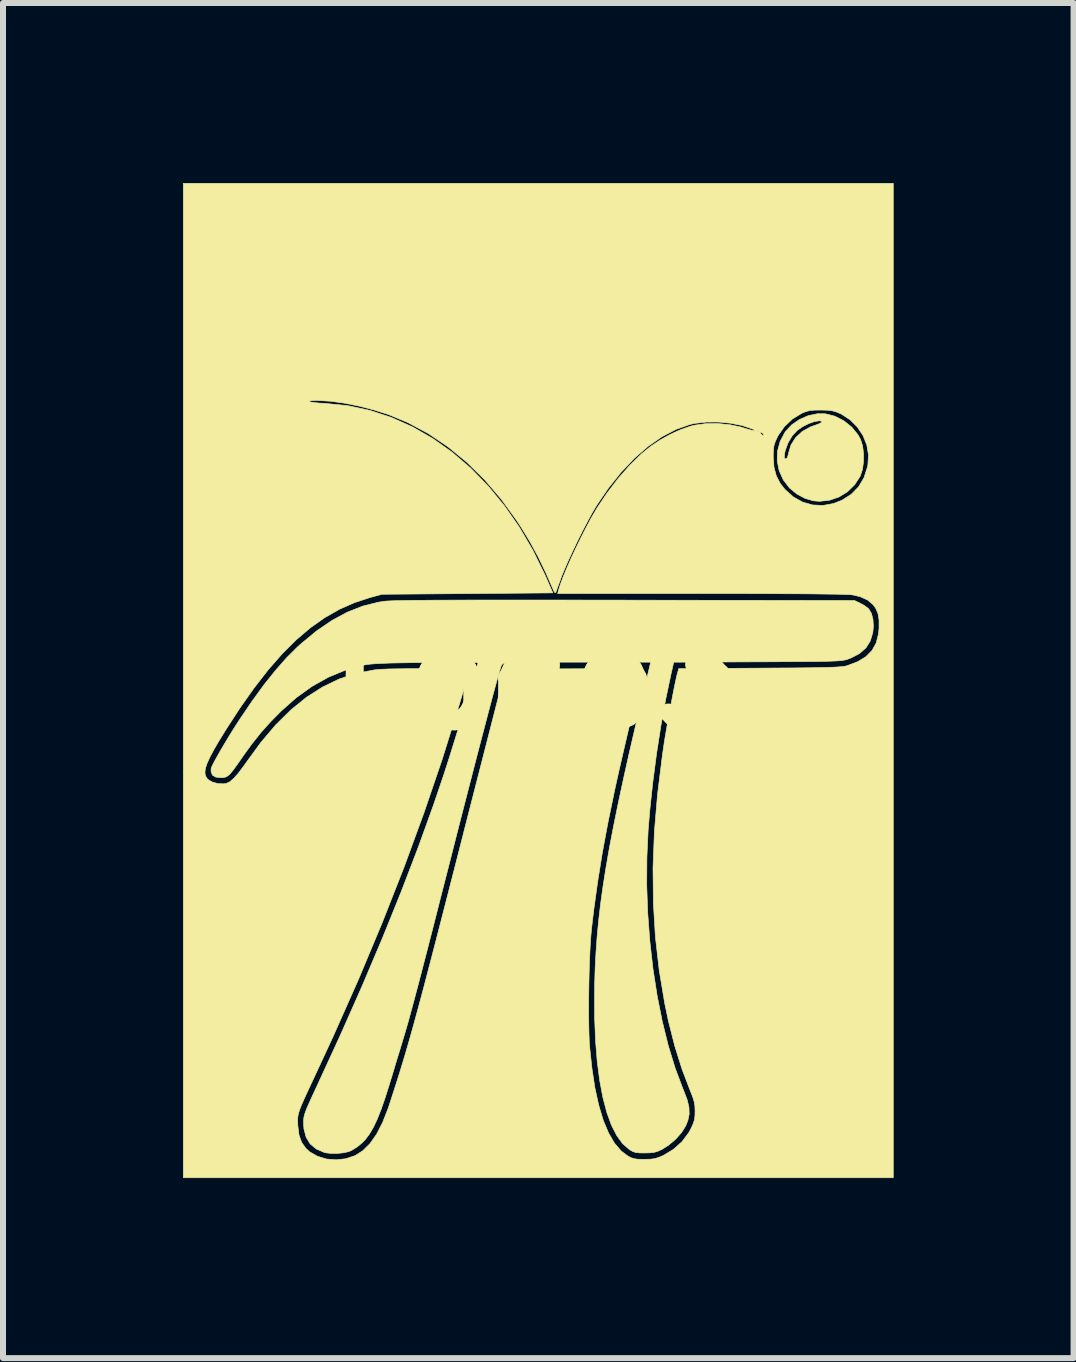
<source format=kicad_pcb>
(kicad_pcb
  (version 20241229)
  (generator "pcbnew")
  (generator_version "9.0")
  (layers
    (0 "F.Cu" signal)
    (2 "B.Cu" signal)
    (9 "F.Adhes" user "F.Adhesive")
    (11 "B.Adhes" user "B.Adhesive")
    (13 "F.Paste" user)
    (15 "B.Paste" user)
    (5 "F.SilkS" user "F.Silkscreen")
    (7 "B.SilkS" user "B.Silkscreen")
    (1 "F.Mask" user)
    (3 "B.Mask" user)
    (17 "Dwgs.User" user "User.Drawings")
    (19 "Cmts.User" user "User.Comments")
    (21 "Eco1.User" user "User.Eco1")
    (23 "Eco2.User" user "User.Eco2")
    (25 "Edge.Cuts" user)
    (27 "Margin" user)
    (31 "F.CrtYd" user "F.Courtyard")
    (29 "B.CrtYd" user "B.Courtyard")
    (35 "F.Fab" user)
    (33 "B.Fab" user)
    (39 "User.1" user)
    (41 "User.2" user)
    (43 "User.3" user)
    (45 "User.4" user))
  (footprint "Logo3"
    (layer "F.Cu")
    (at 5.91 8.281)
    (property "Reference" "Logo3" (at 0 0 0) (layer "F.SilkS") (effects (font (size 1.524 1.524) (thickness 0.3))))
    (attr through_hole)
    (fp_poly (pts (xy 4.795 -4.435) (xy 4.953 -4.395) (xy 5.102 -4.319) (xy 5.234 -4.214) (xy 5.339 -4.085) (xy 5.383 -4.004) (xy 5.416 -3.899) (xy 5.432 -3.77) (xy 5.431 -3.633) (xy 5.413 -3.505) (xy 5.378 -3.4) (xy 5.377 -3.397) (xy 5.284 -3.253) (xy 5.163 -3.135) (xy 5.021 -3.048) (xy 4.863 -2.994) (xy 4.696 -2.976) (xy 4.592 -2.985) (xy 4.455 -3.026) (xy 4.32 -3.098) (xy 4.202 -3.195) (xy 4.197 -3.2) (xy 4.093 -3.336) (xy 4.025 -3.489) (xy 3.993 -3.651) (xy 3.995 -3.715) (xy 4.111 -3.715) (xy 4.117 -3.689) (xy 4.135 -3.683) (xy 4.161 -3.702) (xy 4.179 -3.761) (xy 4.181 -3.776) (xy 4.223 -3.916) (xy 4.301 -4.039) (xy 4.411 -4.141) (xy 4.551 -4.218) (xy 4.63 -4.246) (xy 4.698 -4.271) (xy 4.735 -4.293) (xy 4.737 -4.31) (xy 4.702 -4.318) (xy 4.689 -4.318) (xy 4.611 -4.305) (xy 4.517 -4.271) (xy 4.419 -4.222) (xy 4.334 -4.164) (xy 4.329 -4.161) (xy 4.242 -4.067) (xy 4.172 -3.948) (xy 4.125 -3.817) (xy 4.117 -3.773) (xy 4.111 -3.715) (xy 3.995 -3.715) (xy 3.999 -3.817) (xy 4.043 -3.978) (xy 4.124 -4.13) (xy 4.13 -4.139) (xy 4.234 -4.25) (xy 4.364 -4.34) (xy 4.511 -4.404) (xy 4.664 -4.436) (xy 4.795 -4.435)) (stroke (width 0.01) (type solid)) (fill yes) (layer "F.SilkS"))
    (fp_poly (pts (xy 0.037 -1.331) (xy 0.466 -1.331) (xy 0.934 -1.33) (xy 1.443 -1.33) (xy 1.46 -1.329) (xy 5.281 -1.323) (xy 5.376 -1.278) (xy 5.444 -1.24) (xy 5.503 -1.197) (xy 5.519 -1.182) (xy 5.563 -1.108) (xy 5.589 -1.007) (xy 5.596 -0.89) (xy 5.586 -0.789) (xy 5.544 -0.649) (xy 5.472 -0.534) (xy 5.366 -0.441) (xy 5.224 -0.366) (xy 5.194 -0.355) (xy 5.169 -0.345) (xy 5.144 -0.337) (xy 5.115 -0.331) (xy 5.081 -0.325) (xy 5.036 -0.32) (xy 4.979 -0.316) (xy 4.906 -0.313) (xy 4.813 -0.31) (xy 4.697 -0.308) (xy 4.556 -0.306) (xy 4.385 -0.305) (xy 4.181 -0.304) (xy 3.942 -0.302) (xy 3.669 -0.301) (xy 2.268 -0.295) (xy 2.226 -0.11) (xy 2.137 0.31) (xy 2.055 0.76) (xy 1.982 1.228) (xy 1.92 1.701) (xy 1.87 2.166) (xy 1.842 2.502) (xy 1.821 2.956) (xy 1.818 3.42) (xy 1.835 3.887) (xy 1.87 4.353) (xy 1.922 4.812) (xy 1.991 5.258) (xy 2.076 5.686) (xy 2.176 6.091) (xy 2.291 6.467) (xy 2.419 6.809) (xy 2.435 6.847) (xy 2.492 6.997) (xy 2.522 7.123) (xy 2.526 7.235) (xy 2.504 7.343) (xy 2.468 7.433) (xy 2.398 7.545) (xy 2.298 7.657) (xy 2.18 7.756) (xy 2.073 7.824) (xy 2.005 7.855) (xy 1.942 7.874) (xy 1.869 7.882) (xy 1.787 7.884) (xy 1.697 7.883) (xy 1.635 7.876) (xy 1.586 7.86) (xy 1.537 7.832) (xy 1.528 7.826) (xy 1.417 7.729) (xy 1.318 7.593) (xy 1.229 7.418) (xy 1.152 7.205) (xy 1.087 6.957) (xy 1.034 6.674) (xy 0.993 6.358) (xy 0.965 6.009) (xy 0.95 5.63) (xy 0.948 5.355) (xy 0.95 5.085) (xy 0.958 4.818) (xy 0.972 4.552) (xy 0.991 4.283) (xy 1.017 4.009) (xy 1.05 3.726) (xy 1.091 3.432) (xy 1.14 3.122) (xy 1.197 2.794) (xy 1.264 2.445) (xy 1.34 2.071) (xy 1.426 1.67) (xy 1.522 1.238) (xy 1.63 0.772) (xy 1.749 0.27) (xy 1.766 0.201) (xy 1.796 0.074) (xy 1.824 -0.042) (xy 1.847 -0.139) (xy 1.864 -0.21) (xy 1.873 -0.248) (xy 1.873 -0.249) (xy 1.885 -0.296) (xy 0.657 -0.296) (xy 0.364 -0.296) (xy 0.11 -0.295) (xy -0.104 -0.293) (xy -0.279 -0.291) (xy -0.414 -0.287) (xy -0.507 -0.284) (xy -0.56 -0.279) (xy -0.572 -0.275) (xy -0.587 -0.259) (xy -0.595 -0.259) (xy -0.602 -0.247) (xy -0.615 -0.209) (xy -0.635 -0.143) (xy -0.662 -0.049) (xy -0.696 0.074) (xy -0.738 0.227) (xy -0.787 0.411) (xy -0.844 0.627) (xy -0.909 0.875) (xy -0.983 1.158) (xy -1.065 1.474) (xy -1.156 1.827) (xy -1.256 2.215) (xy -1.365 2.641) (xy -1.483 3.105) (xy -1.612 3.608) (xy -1.75 4.152) (xy -1.777 4.255) (xy -1.837 4.49) (xy -1.898 4.724) (xy -1.957 4.952) (xy -2.014 5.168) (xy -2.067 5.367) (xy -2.115 5.544) (xy -2.156 5.695) (xy -2.19 5.812) (xy -2.208 5.874) (xy -2.251 6.016) (xy -2.302 6.186) (xy -2.358 6.368) (xy -2.412 6.549) (xy -2.463 6.715) (xy -2.464 6.72) (xy -2.539 6.958) (xy -2.608 7.157) (xy -2.674 7.323) (xy -2.739 7.46) (xy -2.804 7.57) (xy -2.871 7.66) (xy -2.93 7.72) (xy -3.011 7.786) (xy -3.095 7.838) (xy -3.146 7.861) (xy -3.235 7.881) (xy -3.343 7.892) (xy -3.451 7.891) (xy -3.54 7.88) (xy -3.556 7.875) (xy -3.69 7.817) (xy -3.791 7.732) (xy -3.859 7.62) (xy -3.895 7.481) (xy -3.901 7.387) (xy -3.901 7.342) (xy -3.897 7.301) (xy -3.888 7.257) (xy -3.872 7.205) (xy -3.846 7.138) (xy -3.808 7.052) (xy -3.757 6.939) (xy -3.69 6.795) (xy -3.685 6.784) (xy -3.29 5.926) (xy -2.924 5.099) (xy -2.586 4.302) (xy -2.275 3.533) (xy -1.991 2.793) (xy -1.734 2.081) (xy -1.577 1.619) (xy -1.544 1.518) (xy -1.503 1.392) (xy -1.457 1.247) (xy -1.407 1.086) (xy -1.354 0.916) (xy -1.3 0.74) (xy -1.246 0.564) (xy -1.193 0.392) (xy -1.144 0.229) (xy -1.099 0.081) (xy -1.061 -0.049) (xy -1.03 -0.155) (xy -1.008 -0.233) (xy -0.996 -0.277) (xy -0.995 -0.285) (xy -1.015 -0.288) (xy -1.074 -0.29) (xy -1.165 -0.292) (xy -1.286 -0.293) (xy -1.432 -0.293) (xy -1.598 -0.292) (xy -1.78 -0.291) (xy -1.868 -0.29) (xy -2.099 -0.287) (xy -2.291 -0.284) (xy -2.45 -0.281) (xy -2.579 -0.276) (xy -2.683 -0.271) (xy -2.765 -0.265) (xy -2.831 -0.258) (xy -2.884 -0.249) (xy -2.899 -0.246) (xy -3.202 -0.163) (xy -3.488 -0.045) (xy -3.761 0.108) (xy -4.026 0.299) (xy -4.273 0.518) (xy -4.45 0.697) (xy -4.607 0.872) (xy -4.755 1.057) (xy -4.906 1.265) (xy -4.931 1.302) (xy -5.011 1.417) (xy -5.073 1.502) (xy -5.121 1.561) (xy -5.162 1.599) (xy -5.199 1.619) (xy -5.239 1.628) (xy -5.276 1.63) (xy -5.364 1.62) (xy -5.418 1.589) (xy -5.442 1.532) (xy -5.442 1.48) (xy -5.43 1.446) (xy -5.399 1.382) (xy -5.351 1.294) (xy -5.291 1.188) (xy -5.221 1.069) (xy -5.146 0.944) (xy -5.068 0.818) (xy -4.99 0.697) (xy -4.966 0.66) (xy -4.756 0.35) (xy -4.557 0.077) (xy -4.366 -0.161) (xy -4.183 -0.369) (xy -4.003 -0.548) (xy -3.948 -0.598) (xy -3.685 -0.815) (xy -3.427 -0.991) (xy -3.171 -1.129) (xy -2.914 -1.23) (xy -2.653 -1.295) (xy -2.551 -1.311) (xy -2.514 -1.314) (xy -2.454 -1.317) (xy -2.372 -1.32) (xy -2.265 -1.322) (xy -2.131 -1.325) (xy -1.971 -1.326) (xy -1.781 -1.328) (xy -1.561 -1.329) (xy -1.31 -1.33) (xy -1.026 -1.331) (xy -0.708 -1.331) (xy -0.354 -1.331) (xy 0.037 -1.331)) (stroke (width 0.01) (type solid)) (fill yes) (layer "F.SilkS"))
    (fp_poly (pts (xy 5.927 8.297) (xy -5.905 8.297) (xy -5.905 1.545) (xy -5.545 1.545) (xy -5.536 1.598) (xy -5.51 1.642) (xy -5.491 1.662) (xy -5.421 1.703) (xy -5.329 1.728) (xy -5.232 1.732) (xy -5.191 1.726) (xy -5.133 1.7) (xy -5.065 1.642) (xy -4.985 1.552) (xy -4.891 1.426) (xy -4.856 1.376) (xy -4.613 1.043) (xy -4.366 0.751) (xy -4.112 0.5) (xy -3.851 0.289) (xy -3.583 0.118) (xy -3.307 -0.015) (xy -3.021 -0.109) (xy -2.724 -0.166) (xy -2.709 -0.168) (xy -2.619 -0.176) (xy -2.49 -0.182) (xy -2.327 -0.185) (xy -2.134 -0.187) (xy -1.914 -0.187) (xy -1.819 -0.186) (xy -1.129 -0.18) (xy -1.306 0.412) (xy -1.587 1.313) (xy -1.895 2.217) (xy -2.229 3.128) (xy -2.592 4.051) (xy -2.985 4.99) (xy -3.41 5.947) (xy -3.705 6.583) (xy -3.786 6.756) (xy -3.851 6.896) (xy -3.902 7.008) (xy -3.94 7.096) (xy -3.967 7.166) (xy -3.985 7.223) (xy -3.995 7.271) (xy -3.999 7.317) (xy -3.999 7.364) (xy -3.997 7.418) (xy -3.996 7.431) (xy -3.977 7.585) (xy -3.933 7.708) (xy -3.861 7.809) (xy -3.797 7.867) (xy -3.667 7.94) (xy -3.517 7.985) (xy -3.356 7.998) (xy -3.195 7.98) (xy -3.044 7.929) (xy -3.043 7.929) (xy -2.913 7.846) (xy -2.793 7.727) (xy -2.683 7.57) (xy -2.582 7.373) (xy -2.49 7.137) (xy -2.47 7.078) (xy -2.424 6.935) (xy -2.38 6.798) (xy -2.338 6.667) (xy -2.297 6.538) (xy -2.258 6.408) (xy -2.218 6.277) (xy -2.178 6.14) (xy -2.136 5.996) (xy -2.093 5.843) (xy -2.047 5.677) (xy -1.998 5.497) (xy -1.945 5.3) (xy -1.887 5.083) (xy -1.825 4.845) (xy -1.756 4.582) (xy -1.681 4.293) (xy -1.599 3.974) (xy -1.509 3.625) (xy -1.411 3.241) (xy -1.303 2.821) (xy -1.191 2.381) (xy -0.535 -0.18) (xy 0.613 -0.185) (xy 0.87 -0.186) (xy 1.087 -0.187) (xy 1.268 -0.187) (xy 1.415 -0.186) (xy 1.532 -0.184) (xy 1.62 -0.182) (xy 1.683 -0.179) (xy 1.724 -0.175) (xy 1.746 -0.17) (xy 1.751 -0.164) (xy 1.751 -0.164) (xy 1.742 -0.133) (xy 1.726 -0.066) (xy 1.702 0.032) (xy 1.672 0.157) (xy 1.637 0.304) (xy 1.598 0.467) (xy 1.557 0.642) (xy 1.515 0.824) (xy 1.472 1.009) (xy 1.43 1.19) (xy 1.39 1.364) (xy 1.353 1.525) (xy 1.321 1.668) (xy 1.294 1.789) (xy 1.281 1.851) (xy 1.172 2.378) (xy 1.079 2.876) (xy 1.002 3.354) (xy 0.937 3.822) (xy 0.898 4.149) (xy 0.886 4.286) (xy 0.875 4.457) (xy 0.866 4.653) (xy 0.859 4.865) (xy 0.854 5.087) (xy 0.851 5.309) (xy 0.85 5.525) (xy 0.852 5.726) (xy 0.856 5.904) (xy 0.862 6.052) (xy 0.866 6.107) (xy 0.905 6.473) (xy 0.955 6.802) (xy 1.019 7.091) (xy 1.094 7.341) (xy 1.182 7.551) (xy 1.281 7.721) (xy 1.393 7.852) (xy 1.499 7.932) (xy 1.554 7.962) (xy 1.606 7.979) (xy 1.667 7.988) (xy 1.754 7.99) (xy 1.778 7.99) (xy 1.876 7.988) (xy 1.949 7.979) (xy 2.016 7.959) (xy 2.092 7.926) (xy 2.095 7.925) (xy 2.262 7.825) (xy 2.406 7.696) (xy 2.519 7.545) (xy 2.55 7.489) (xy 2.59 7.403) (xy 2.613 7.334) (xy 2.622 7.264) (xy 2.624 7.189) (xy 2.621 7.102) (xy 2.608 7.026) (xy 2.582 6.944) (xy 2.548 6.858) (xy 2.408 6.492) (xy 2.286 6.104) (xy 2.18 5.686) (xy 2.119 5.395) (xy 2.027 4.844) (xy 1.963 4.286) (xy 1.929 3.717) (xy 1.923 3.132) (xy 1.946 2.529) (xy 1.999 1.903) (xy 2.08 1.251) (xy 2.108 1.058) (xy 2.129 0.927) (xy 2.155 0.777) (xy 2.184 0.616) (xy 2.214 0.453) (xy 2.244 0.295) (xy 2.272 0.15) (xy 2.298 0.026) (xy 2.319 -0.069) (xy 2.33 -0.11) (xy 2.351 -0.188) (xy 3.699 -0.196) (xy 3.977 -0.198) (xy 4.216 -0.199) (xy 4.419 -0.201) (xy 4.59 -0.203) (xy 4.731 -0.206) (xy 4.846 -0.209) (xy 4.937 -0.212) (xy 5.01 -0.216) (xy 5.066 -0.221) (xy 5.108 -0.226) (xy 5.141 -0.232) (xy 5.16 -0.238) (xy 5.335 -0.304) (xy 5.472 -0.388) (xy 5.574 -0.492) (xy 5.643 -0.617) (xy 5.681 -0.768) (xy 5.69 -0.86) (xy 5.69 -0.996) (xy 5.673 -1.103) (xy 5.636 -1.191) (xy 5.594 -1.25) (xy 5.501 -1.33) (xy 5.376 -1.387) (xy 5.247 -1.417) (xy 5.201 -1.421) (xy 5.114 -1.424) (xy 4.986 -1.428) (xy 4.818 -1.43) (xy 4.611 -1.433) (xy 4.366 -1.435) (xy 4.083 -1.436) (xy 3.763 -1.438) (xy 3.407 -1.439) (xy 3.015 -1.439) (xy 2.723 -1.439) (xy 0.334 -1.439) (xy 0.349 -1.497) (xy 0.378 -1.592) (xy 0.425 -1.717) (xy 0.486 -1.865) (xy 0.558 -2.028) (xy 0.638 -2.199) (xy 0.722 -2.371) (xy 0.807 -2.538) (xy 0.889 -2.692) (xy 0.966 -2.825) (xy 0.986 -2.859) (xy 1.158 -3.116) (xy 1.342 -3.357) (xy 1.534 -3.575) (xy 1.677 -3.715) (xy 3.927 -3.715) (xy 3.939 -3.545) (xy 3.977 -3.402) (xy 4.043 -3.274) (xy 4.121 -3.175) (xy 4.259 -3.051) (xy 4.414 -2.964) (xy 4.58 -2.916) (xy 4.754 -2.907) (xy 4.93 -2.939) (xy 5.073 -2.995) (xy 5.227 -3.093) (xy 5.35 -3.219) (xy 5.44 -3.372) (xy 5.498 -3.553) (xy 5.504 -3.584) (xy 5.514 -3.75) (xy 5.486 -3.915) (xy 5.423 -4.072) (xy 5.328 -4.215) (xy 5.205 -4.337) (xy 5.058 -4.432) (xy 5.038 -4.441) (xy 4.972 -4.468) (xy 4.91 -4.485) (xy 4.835 -4.494) (xy 4.735 -4.497) (xy 4.72 -4.497) (xy 4.618 -4.496) (xy 4.545 -4.49) (xy 4.484 -4.476) (xy 4.423 -4.453) (xy 4.398 -4.441) (xy 4.246 -4.348) (xy 4.113 -4.222) (xy 4.01 -4.075) (xy 3.995 -4.046) (xy 3.961 -3.973) (xy 3.941 -3.913) (xy 3.931 -3.85) (xy 3.927 -3.768) (xy 3.927 -3.715) (xy 1.677 -3.715) (xy 1.727 -3.764) (xy 1.886 -3.894) (xy 2.04 -3.997) (xy 2.21 -4.091) (xy 2.263 -4.115) (xy 3.713 -4.115) (xy 3.726 -4.095) (xy 3.753 -4.074) (xy 3.767 -4.08) (xy 3.758 -4.105) (xy 3.729 -4.126) (xy 3.721 -4.128) (xy 3.713 -4.115) (xy 2.263 -4.115) (xy 2.312 -4.138) (xy 3.662 -4.138) (xy 3.672 -4.128) (xy 3.683 -4.138) (xy 3.672 -4.149) (xy 3.662 -4.138) (xy 2.312 -4.138) (xy 2.383 -4.17) (xy 2.547 -4.228) (xy 2.612 -4.244) (xy 2.794 -4.27) (xy 2.995 -4.273) (xy 3.196 -4.254) (xy 3.382 -4.215) (xy 3.418 -4.204) (xy 3.509 -4.176) (xy 3.577 -4.158) (xy 3.618 -4.151) (xy 3.629 -4.155) (xy 3.605 -4.17) (xy 3.577 -4.183) (xy 3.409 -4.24) (xy 3.216 -4.278) (xy 3.011 -4.298) (xy 2.807 -4.297) (xy 2.617 -4.275) (xy 2.54 -4.258) (xy 2.306 -4.175) (xy 2.072 -4.053) (xy 1.84 -3.892) (xy 1.612 -3.694) (xy 1.391 -3.461) (xy 1.179 -3.196) (xy 0.984 -2.91) (xy 0.92 -2.803) (xy 0.845 -2.666) (xy 0.762 -2.508) (xy 0.677 -2.339) (xy 0.595 -2.168) (xy 0.518 -2.003) (xy 0.453 -1.855) (xy 0.402 -1.732) (xy 0.392 -1.704) (xy 0.359 -1.613) (xy 0.331 -1.536) (xy 0.311 -1.481) (xy 0.303 -1.46) (xy 0.29 -1.452) (xy 0.269 -1.482) (xy 0.26 -1.503) (xy 0.135 -1.79) (xy 0.01 -2.049) (xy -0.122 -2.292) (xy -0.268 -2.533) (xy -0.349 -2.657) (xy -0.606 -3.012) (xy -0.883 -3.336) (xy -1.18 -3.628) (xy -1.494 -3.885) (xy -1.822 -4.106) (xy -2.163 -4.289) (xy -2.487 -4.423) (xy -2.727 -4.499) (xy -2.974 -4.563) (xy -3.219 -4.612) (xy -3.45 -4.644) (xy -3.656 -4.656) (xy -3.678 -4.657) (xy -3.76 -4.655) (xy -3.804 -4.649) (xy -3.811 -4.641) (xy -3.785 -4.632) (xy -3.729 -4.623) (xy -3.645 -4.614) (xy -3.54 -4.608) (xy -3.163 -4.57) (xy -2.794 -4.491) (xy -2.434 -4.372) (xy -2.084 -4.216) (xy -1.748 -4.023) (xy -1.425 -3.794) (xy -1.118 -3.531) (xy -0.829 -3.235) (xy -0.558 -2.907) (xy -0.308 -2.549) (xy -0.08 -2.162) (xy 0.124 -1.746) (xy 0.15 -1.686) (xy 0.253 -1.45) (xy -1.17 -1.438) (xy -2.593 -1.427) (xy -2.795 -1.372) (xy -3.054 -1.287) (xy -3.305 -1.176) (xy -3.549 -1.037) (xy -3.787 -0.869) (xy -4.023 -0.668) (xy -4.257 -0.435) (xy -4.492 -0.166) (xy -4.729 0.139) (xy -4.97 0.482) (xy -5.198 0.834) (xy -5.311 1.018) (xy -5.4 1.17) (xy -5.466 1.296) (xy -5.512 1.398) (xy -5.538 1.48) (xy -5.545 1.545) (xy -5.905 1.545) (xy -5.905 -8.276) (xy 5.927 -8.276) (xy 5.927 8.297)) (stroke (width 0.01) (type solid)) (fill yes) (layer "F.SilkS")))
  (gr_rect
    (start -3 -3)
    (end 14.842 19.584)
    (stroke (width 0.1) (type default))
    (fill no)
    (layer "Edge.Cuts")))
</source>
